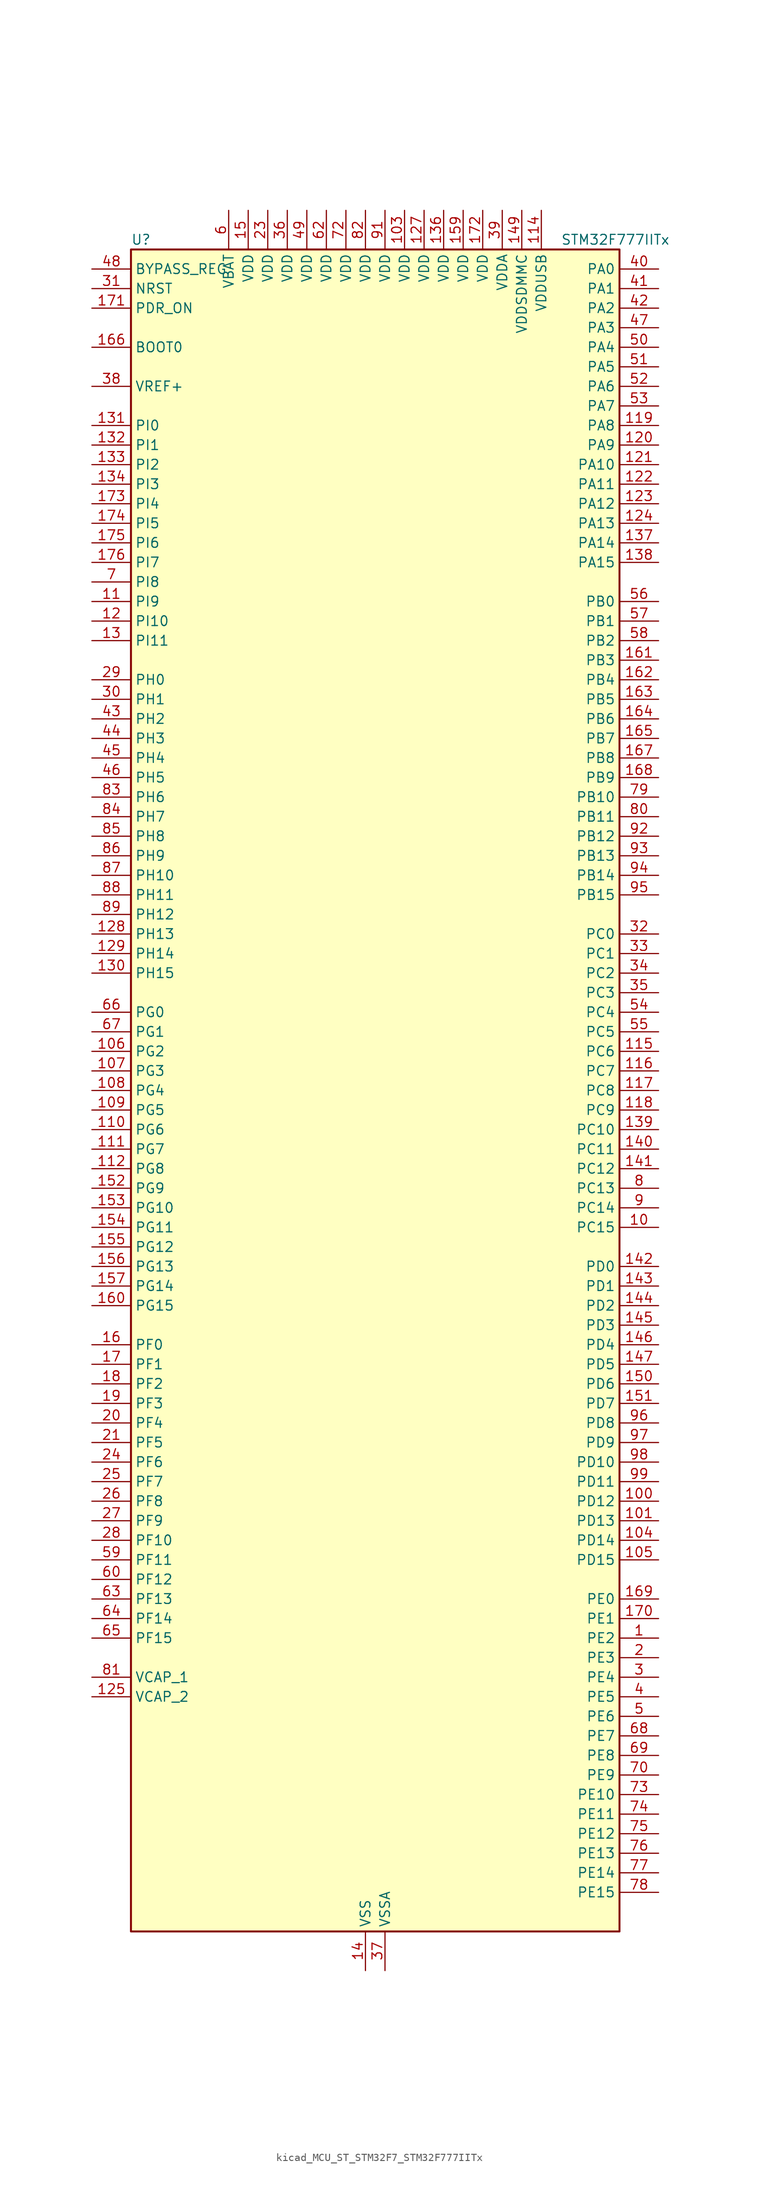
<source format=kicad_sym>
(kicad_symbol_lib
  (version 20220914)
  (generator kicad_symbol_editor)
  (symbol "kicad_MCU_ST_STM32F7_STM32F777IITx"
    (property "Reference" "U"
      (at -30.48 110.49 0)
      (effects (font (size 1.27 1.27)) (justify left)))
    (property "Value" "STM32F777IITx"
      (at 25.4 110.49 0)
      (effects (font (size 1.27 1.27)) (justify left)))
    (property "ki_locked" ""
      (at 0 0 0)
      (effects (font (size 1.27 1.27))))
    (symbol "kicad_MCU_ST_STM32F7_STM32F777IITx_0_1"
      (rectangle (start -30.48 -109.22) (end 33.02 109.22) (stroke (width 0.254) (type default)) (fill (type background))))
    (symbol "kicad_MCU_ST_STM32F7_STM32F777IITx_1_1"
      (pin bidirectional line (at 38.1 -71.12 180) (length 5.08) (name "PE2" (effects (font (size 1.27 1.27)))) (number "1" (effects (font (size 1.27 1.27)))) (alternate "ETH_TXD3" bidirectional line) (alternate "FMC_A23" bidirectional line) (alternate "QUADSPI_BK1_IO2" bidirectional line) (alternate "SAI1_MCLK_A" bidirectional line) (alternate "SPI4_SCK" bidirectional line) (alternate "SYS_TRACECLK" bidirectional line))
      (pin bidirectional line (at 38.1 -17.78 180) (length 5.08) (name "PC15" (effects (font (size 1.27 1.27)))) (number "10" (effects (font (size 1.27 1.27)))) (alternate "RCC_OSC32_OUT" bidirectional line))
      (pin bidirectional line (at 38.1 -53.34 180) (length 5.08) (name "PD12" (effects (font (size 1.27 1.27)))) (number "100" (effects (font (size 1.27 1.27)))) (alternate "FMC_A17" bidirectional line) (alternate "FMC_ALE" bidirectional line) (alternate "I2C4_SCL" bidirectional line) (alternate "LPTIM1_IN1" bidirectional line) (alternate "QUADSPI_BK1_IO1" bidirectional line) (alternate "SAI2_FS_A" bidirectional line) (alternate "TIM4_CH1" bidirectional line) (alternate "USART3_DE" bidirectional line) (alternate "USART3_RTS" bidirectional line))
      (pin bidirectional line (at 38.1 -55.88 180) (length 5.08) (name "PD13" (effects (font (size 1.27 1.27)))) (number "101" (effects (font (size 1.27 1.27)))) (alternate "FMC_A18" bidirectional line) (alternate "I2C4_SDA" bidirectional line) (alternate "LPTIM1_OUT" bidirectional line) (alternate "QUADSPI_BK1_IO3" bidirectional line) (alternate "SAI2_SCK_A" bidirectional line) (alternate "TIM4_CH2" bidirectional line))
      (pin passive line (at 0 -114.3 90) (length 5.08) hide (name "VSS" (effects (font (size 1.27 1.27)))) (number "102" (effects (font (size 1.27 1.27)))))
      (pin power_in line (at 5.08 114.3 270) (length 5.08) (name "VDD" (effects (font (size 1.27 1.27)))) (number "103" (effects (font (size 1.27 1.27)))))
      (pin bidirectional line (at 38.1 -58.42 180) (length 5.08) (name "PD14" (effects (font (size 1.27 1.27)))) (number "104" (effects (font (size 1.27 1.27)))) (alternate "FMC_D0" bidirectional line) (alternate "FMC_DA0" bidirectional line) (alternate "TIM4_CH3" bidirectional line) (alternate "UART8_CTS" bidirectional line))
      (pin bidirectional line (at 38.1 -60.96 180) (length 5.08) (name "PD15" (effects (font (size 1.27 1.27)))) (number "105" (effects (font (size 1.27 1.27)))) (alternate "FMC_D1" bidirectional line) (alternate "FMC_DA1" bidirectional line) (alternate "TIM4_CH4" bidirectional line) (alternate "UART8_DE" bidirectional line) (alternate "UART8_RTS" bidirectional line))
      (pin bidirectional line (at -35.56 5.08 0) (length 5.08) (name "PG2" (effects (font (size 1.27 1.27)))) (number "106" (effects (font (size 1.27 1.27)))) (alternate "FMC_A12" bidirectional line))
      (pin bidirectional line (at -35.56 2.54 0) (length 5.08) (name "PG3" (effects (font (size 1.27 1.27)))) (number "107" (effects (font (size 1.27 1.27)))) (alternate "FMC_A13" bidirectional line))
      (pin bidirectional line (at -35.56 0 0) (length 5.08) (name "PG4" (effects (font (size 1.27 1.27)))) (number "108" (effects (font (size 1.27 1.27)))) (alternate "FMC_A14" bidirectional line) (alternate "FMC_BA0" bidirectional line))
      (pin bidirectional line (at -35.56 -2.54 0) (length 5.08) (name "PG5" (effects (font (size 1.27 1.27)))) (number "109" (effects (font (size 1.27 1.27)))) (alternate "FMC_A15" bidirectional line) (alternate "FMC_BA1" bidirectional line))
      (pin bidirectional line (at -35.56 63.5 0) (length 5.08) (name "PI9" (effects (font (size 1.27 1.27)))) (number "11" (effects (font (size 1.27 1.27)))) (alternate "CAN1_RX" bidirectional line) (alternate "DAC_EXTI9" bidirectional line) (alternate "FMC_D30" bidirectional line) (alternate "LTDC_VSYNC" bidirectional line) (alternate "UART4_RX" bidirectional line))
      (pin bidirectional line (at -35.56 -5.08 0) (length 5.08) (name "PG6" (effects (font (size 1.27 1.27)))) (number "110" (effects (font (size 1.27 1.27)))) (alternate "DCMI_D12" bidirectional line) (alternate "FMC_NE3" bidirectional line) (alternate "LTDC_R7" bidirectional line))
      (pin bidirectional line (at -35.56 -7.62 0) (length 5.08) (name "PG7" (effects (font (size 1.27 1.27)))) (number "111" (effects (font (size 1.27 1.27)))) (alternate "DCMI_D13" bidirectional line) (alternate "FMC_INT" bidirectional line) (alternate "LTDC_CLK" bidirectional line) (alternate "SAI1_MCLK_A" bidirectional line) (alternate "USART6_CK" bidirectional line))
      (pin bidirectional line (at -35.56 -10.16 0) (length 5.08) (name "PG8" (effects (font (size 1.27 1.27)))) (number "112" (effects (font (size 1.27 1.27)))) (alternate "ETH_PPS_OUT" bidirectional line) (alternate "FMC_SDCLK" bidirectional line) (alternate "LTDC_G7" bidirectional line) (alternate "SPDIFRX_IN2" bidirectional line) (alternate "SPI6_NSS" bidirectional line) (alternate "USART6_DE" bidirectional line) (alternate "USART6_RTS" bidirectional line))
      (pin passive line (at 0 -114.3 90) (length 5.08) hide (name "VSS" (effects (font (size 1.27 1.27)))) (number "113" (effects (font (size 1.27 1.27)))))
      (pin power_in line (at 22.86 114.3 270) (length 5.08) (name "VDDUSB" (effects (font (size 1.27 1.27)))) (number "114" (effects (font (size 1.27 1.27)))))
      (pin bidirectional line (at 38.1 5.08 180) (length 5.08) (name "PC6" (effects (font (size 1.27 1.27)))) (number "115" (effects (font (size 1.27 1.27)))) (alternate "DCMI_D0" bidirectional line) (alternate "DFSDM1_CKIN3" bidirectional line) (alternate "FMC_NWAIT" bidirectional line) (alternate "I2S2_MCK" bidirectional line) (alternate "LTDC_HSYNC" bidirectional line) (alternate "SDMMC1_D6" bidirectional line) (alternate "SDMMC2_D6" bidirectional line) (alternate "TIM3_CH1" bidirectional line) (alternate "TIM8_CH1" bidirectional line) (alternate "USART6_TX" bidirectional line))
      (pin bidirectional line (at 38.1 2.54 180) (length 5.08) (name "PC7" (effects (font (size 1.27 1.27)))) (number "116" (effects (font (size 1.27 1.27)))) (alternate "DCMI_D1" bidirectional line) (alternate "DFSDM1_DATIN3" bidirectional line) (alternate "FMC_NE1" bidirectional line) (alternate "I2S3_MCK" bidirectional line) (alternate "LTDC_G6" bidirectional line) (alternate "SDMMC1_D7" bidirectional line) (alternate "SDMMC2_D7" bidirectional line) (alternate "TIM3_CH2" bidirectional line) (alternate "TIM8_CH2" bidirectional line) (alternate "USART6_RX" bidirectional line))
      (pin bidirectional line (at 38.1 0 180) (length 5.08) (name "PC8" (effects (font (size 1.27 1.27)))) (number "117" (effects (font (size 1.27 1.27)))) (alternate "DCMI_D2" bidirectional line) (alternate "FMC_NCE" bidirectional line) (alternate "FMC_NE2" bidirectional line) (alternate "SDMMC1_D0" bidirectional line) (alternate "SYS_TRACED1" bidirectional line) (alternate "TIM3_CH3" bidirectional line) (alternate "TIM8_CH3" bidirectional line) (alternate "UART5_DE" bidirectional line) (alternate "UART5_RTS" bidirectional line) (alternate "USART6_CK" bidirectional line))
      (pin bidirectional line (at 38.1 -2.54 180) (length 5.08) (name "PC9" (effects (font (size 1.27 1.27)))) (number "118" (effects (font (size 1.27 1.27)))) (alternate "DAC_EXTI9" bidirectional line) (alternate "DCMI_D3" bidirectional line) (alternate "I2C3_SDA" bidirectional line) (alternate "I2S_CKIN" bidirectional line) (alternate "LTDC_B2" bidirectional line) (alternate "LTDC_G3" bidirectional line) (alternate "QUADSPI_BK1_IO0" bidirectional line) (alternate "RCC_MCO_2" bidirectional line) (alternate "SDMMC1_D1" bidirectional line) (alternate "TIM3_CH4" bidirectional line) (alternate "TIM8_CH4" bidirectional line) (alternate "UART5_CTS" bidirectional line))
      (pin bidirectional line (at 38.1 86.36 180) (length 5.08) (name "PA8" (effects (font (size 1.27 1.27)))) (number "119" (effects (font (size 1.27 1.27)))) (alternate "CAN3_RX" bidirectional line) (alternate "I2C3_SCL" bidirectional line) (alternate "LTDC_B3" bidirectional line) (alternate "LTDC_R6" bidirectional line) (alternate "RCC_MCO_1" bidirectional line) (alternate "TIM1_CH1" bidirectional line) (alternate "TIM8_BKIN2" bidirectional line) (alternate "UART7_RX" bidirectional line) (alternate "USART1_CK" bidirectional line) (alternate "USB_OTG_FS_SOF" bidirectional line))
      (pin bidirectional line (at -35.56 60.96 0) (length 5.08) (name "PI10" (effects (font (size 1.27 1.27)))) (number "12" (effects (font (size 1.27 1.27)))) (alternate "ETH_RX_ER" bidirectional line) (alternate "FMC_D31" bidirectional line) (alternate "LTDC_HSYNC" bidirectional line))
      (pin bidirectional line (at 38.1 83.82 180) (length 5.08) (name "PA9" (effects (font (size 1.27 1.27)))) (number "120" (effects (font (size 1.27 1.27)))) (alternate "DAC_EXTI9" bidirectional line) (alternate "DCMI_D0" bidirectional line) (alternate "I2C3_SMBA" bidirectional line) (alternate "I2S2_CK" bidirectional line) (alternate "LTDC_R5" bidirectional line) (alternate "SPI2_SCK" bidirectional line) (alternate "TIM1_CH2" bidirectional line) (alternate "USART1_TX" bidirectional line) (alternate "USB_OTG_FS_VBUS" bidirectional line))
      (pin bidirectional line (at 38.1 81.28 180) (length 5.08) (name "PA10" (effects (font (size 1.27 1.27)))) (number "121" (effects (font (size 1.27 1.27)))) (alternate "DCMI_D1" bidirectional line) (alternate "LTDC_B1" bidirectional line) (alternate "LTDC_B4" bidirectional line) (alternate "MDIOS_MDIO" bidirectional line) (alternate "TIM1_CH3" bidirectional line) (alternate "USART1_RX" bidirectional line) (alternate "USB_OTG_FS_ID" bidirectional line))
      (pin bidirectional line (at 38.1 78.74 180) (length 5.08) (name "PA11" (effects (font (size 1.27 1.27)))) (number "122" (effects (font (size 1.27 1.27)))) (alternate "ADC1_EXTI11" bidirectional line) (alternate "ADC2_EXTI11" bidirectional line) (alternate "ADC3_EXTI11" bidirectional line) (alternate "CAN1_RX" bidirectional line) (alternate "I2S2_WS" bidirectional line) (alternate "LTDC_R4" bidirectional line) (alternate "SPI2_NSS" bidirectional line) (alternate "TIM1_CH4" bidirectional line) (alternate "UART4_RX" bidirectional line) (alternate "USART1_CTS" bidirectional line) (alternate "USB_OTG_FS_DM" bidirectional line))
      (pin bidirectional line (at 38.1 76.2 180) (length 5.08) (name "PA12" (effects (font (size 1.27 1.27)))) (number "123" (effects (font (size 1.27 1.27)))) (alternate "CAN1_TX" bidirectional line) (alternate "I2S2_CK" bidirectional line) (alternate "LTDC_R5" bidirectional line) (alternate "SAI2_FS_B" bidirectional line) (alternate "SPI2_SCK" bidirectional line) (alternate "TIM1_ETR" bidirectional line) (alternate "UART4_TX" bidirectional line) (alternate "USART1_DE" bidirectional line) (alternate "USART1_RTS" bidirectional line) (alternate "USB_OTG_FS_DP" bidirectional line))
      (pin bidirectional line (at 38.1 73.66 180) (length 5.08) (name "PA13" (effects (font (size 1.27 1.27)))) (number "124" (effects (font (size 1.27 1.27)))) (alternate "SYS_JTMS-SWDIO" bidirectional line))
      (pin power_out line (at -35.56 -78.74 0) (length 5.08) (name "VCAP_2" (effects (font (size 1.27 1.27)))) (number "125" (effects (font (size 1.27 1.27)))))
      (pin passive line (at 0 -114.3 90) (length 5.08) hide (name "VSS" (effects (font (size 1.27 1.27)))) (number "126" (effects (font (size 1.27 1.27)))))
      (pin power_in line (at 7.62 114.3 270) (length 5.08) (name "VDD" (effects (font (size 1.27 1.27)))) (number "127" (effects (font (size 1.27 1.27)))))
      (pin bidirectional line (at -35.56 20.32 0) (length 5.08) (name "PH13" (effects (font (size 1.27 1.27)))) (number "128" (effects (font (size 1.27 1.27)))) (alternate "CAN1_TX" bidirectional line) (alternate "FMC_D21" bidirectional line) (alternate "LTDC_G2" bidirectional line) (alternate "TIM8_CH1N" bidirectional line) (alternate "UART4_TX" bidirectional line))
      (pin bidirectional line (at -35.56 17.78 0) (length 5.08) (name "PH14" (effects (font (size 1.27 1.27)))) (number "129" (effects (font (size 1.27 1.27)))) (alternate "CAN1_RX" bidirectional line) (alternate "DCMI_D4" bidirectional line) (alternate "FMC_D22" bidirectional line) (alternate "LTDC_G3" bidirectional line) (alternate "TIM8_CH2N" bidirectional line) (alternate "UART4_RX" bidirectional line))
      (pin bidirectional line (at -35.56 58.42 0) (length 5.08) (name "PI11" (effects (font (size 1.27 1.27)))) (number "13" (effects (font (size 1.27 1.27)))) (alternate "ADC1_EXTI11" bidirectional line) (alternate "ADC2_EXTI11" bidirectional line) (alternate "ADC3_EXTI11" bidirectional line) (alternate "LTDC_G6" bidirectional line) (alternate "SYS_WKUP6" bidirectional line) (alternate "USB_OTG_HS_ULPI_DIR" bidirectional line))
      (pin bidirectional line (at -35.56 15.24 0) (length 5.08) (name "PH15" (effects (font (size 1.27 1.27)))) (number "130" (effects (font (size 1.27 1.27)))) (alternate "DCMI_D11" bidirectional line) (alternate "FMC_D23" bidirectional line) (alternate "LTDC_G4" bidirectional line) (alternate "TIM8_CH3N" bidirectional line))
      (pin bidirectional line (at -35.56 86.36 0) (length 5.08) (name "PI0" (effects (font (size 1.27 1.27)))) (number "131" (effects (font (size 1.27 1.27)))) (alternate "DCMI_D13" bidirectional line) (alternate "FMC_D24" bidirectional line) (alternate "I2S2_WS" bidirectional line) (alternate "LTDC_G5" bidirectional line) (alternate "SPI2_NSS" bidirectional line) (alternate "TIM5_CH4" bidirectional line))
      (pin bidirectional line (at -35.56 83.82 0) (length 5.08) (name "PI1" (effects (font (size 1.27 1.27)))) (number "132" (effects (font (size 1.27 1.27)))) (alternate "DCMI_D8" bidirectional line) (alternate "FMC_D25" bidirectional line) (alternate "I2S2_CK" bidirectional line) (alternate "LTDC_G6" bidirectional line) (alternate "SPI2_SCK" bidirectional line) (alternate "TIM8_BKIN2" bidirectional line))
      (pin bidirectional line (at -35.56 81.28 0) (length 5.08) (name "PI2" (effects (font (size 1.27 1.27)))) (number "133" (effects (font (size 1.27 1.27)))) (alternate "DCMI_D9" bidirectional line) (alternate "FMC_D26" bidirectional line) (alternate "LTDC_G7" bidirectional line) (alternate "SPI2_MISO" bidirectional line) (alternate "TIM8_CH4" bidirectional line))
      (pin bidirectional line (at -35.56 78.74 0) (length 5.08) (name "PI3" (effects (font (size 1.27 1.27)))) (number "134" (effects (font (size 1.27 1.27)))) (alternate "DCMI_D10" bidirectional line) (alternate "FMC_D27" bidirectional line) (alternate "I2S2_SD" bidirectional line) (alternate "SPI2_MOSI" bidirectional line) (alternate "TIM8_ETR" bidirectional line))
      (pin passive line (at 0 -114.3 90) (length 5.08) hide (name "VSS" (effects (font (size 1.27 1.27)))) (number "135" (effects (font (size 1.27 1.27)))))
      (pin power_in line (at 10.16 114.3 270) (length 5.08) (name "VDD" (effects (font (size 1.27 1.27)))) (number "136" (effects (font (size 1.27 1.27)))))
      (pin bidirectional line (at 38.1 71.12 180) (length 5.08) (name "PA14" (effects (font (size 1.27 1.27)))) (number "137" (effects (font (size 1.27 1.27)))) (alternate "SYS_JTCK-SWCLK" bidirectional line))
      (pin bidirectional line (at 38.1 68.58 180) (length 5.08) (name "PA15" (effects (font (size 1.27 1.27)))) (number "138" (effects (font (size 1.27 1.27)))) (alternate "CAN3_TX" bidirectional line) (alternate "CEC" bidirectional line) (alternate "I2S1_WS" bidirectional line) (alternate "I2S3_WS" bidirectional line) (alternate "SPI1_NSS" bidirectional line) (alternate "SPI3_NSS" bidirectional line) (alternate "SPI6_NSS" bidirectional line) (alternate "SYS_JTDI" bidirectional line) (alternate "TIM2_CH1" bidirectional line) (alternate "TIM2_ETR" bidirectional line) (alternate "UART4_DE" bidirectional line) (alternate "UART4_RTS" bidirectional line) (alternate "UART7_TX" bidirectional line))
      (pin bidirectional line (at 38.1 -5.08 180) (length 5.08) (name "PC10" (effects (font (size 1.27 1.27)))) (number "139" (effects (font (size 1.27 1.27)))) (alternate "DCMI_D8" bidirectional line) (alternate "DFSDM1_CKIN5" bidirectional line) (alternate "I2S3_CK" bidirectional line) (alternate "LTDC_R2" bidirectional line) (alternate "QUADSPI_BK1_IO1" bidirectional line) (alternate "SDMMC1_D2" bidirectional line) (alternate "SPI3_SCK" bidirectional line) (alternate "UART4_TX" bidirectional line) (alternate "USART3_TX" bidirectional line))
      (pin power_in line (at 0 -114.3 90) (length 5.08) (name "VSS" (effects (font (size 1.27 1.27)))) (number "14" (effects (font (size 1.27 1.27)))))
      (pin bidirectional line (at 38.1 -7.62 180) (length 5.08) (name "PC11" (effects (font (size 1.27 1.27)))) (number "140" (effects (font (size 1.27 1.27)))) (alternate "ADC1_EXTI11" bidirectional line) (alternate "ADC2_EXTI11" bidirectional line) (alternate "ADC3_EXTI11" bidirectional line) (alternate "DCMI_D4" bidirectional line) (alternate "DFSDM1_DATIN5" bidirectional line) (alternate "QUADSPI_BK2_NCS" bidirectional line) (alternate "SDMMC1_D3" bidirectional line) (alternate "SPI3_MISO" bidirectional line) (alternate "UART4_RX" bidirectional line) (alternate "USART3_RX" bidirectional line))
      (pin bidirectional line (at 38.1 -10.16 180) (length 5.08) (name "PC12" (effects (font (size 1.27 1.27)))) (number "141" (effects (font (size 1.27 1.27)))) (alternate "DCMI_D9" bidirectional line) (alternate "I2S3_SD" bidirectional line) (alternate "SDMMC1_CK" bidirectional line) (alternate "SPI3_MOSI" bidirectional line) (alternate "SYS_TRACED3" bidirectional line) (alternate "UART5_TX" bidirectional line) (alternate "USART3_CK" bidirectional line))
      (pin bidirectional line (at 38.1 -22.86 180) (length 5.08) (name "PD0" (effects (font (size 1.27 1.27)))) (number "142" (effects (font (size 1.27 1.27)))) (alternate "CAN1_RX" bidirectional line) (alternate "DFSDM1_CKIN6" bidirectional line) (alternate "DFSDM1_DATIN7" bidirectional line) (alternate "FMC_D2" bidirectional line) (alternate "FMC_DA2" bidirectional line) (alternate "UART4_RX" bidirectional line))
      (pin bidirectional line (at 38.1 -25.4 180) (length 5.08) (name "PD1" (effects (font (size 1.27 1.27)))) (number "143" (effects (font (size 1.27 1.27)))) (alternate "CAN1_TX" bidirectional line) (alternate "DFSDM1_CKIN7" bidirectional line) (alternate "DFSDM1_DATIN6" bidirectional line) (alternate "FMC_D3" bidirectional line) (alternate "FMC_DA3" bidirectional line) (alternate "UART4_TX" bidirectional line))
      (pin bidirectional line (at 38.1 -27.94 180) (length 5.08) (name "PD2" (effects (font (size 1.27 1.27)))) (number "144" (effects (font (size 1.27 1.27)))) (alternate "DCMI_D11" bidirectional line) (alternate "SDMMC1_CMD" bidirectional line) (alternate "SYS_TRACED2" bidirectional line) (alternate "TIM3_ETR" bidirectional line) (alternate "UART5_RX" bidirectional line))
      (pin bidirectional line (at 38.1 -30.48 180) (length 5.08) (name "PD3" (effects (font (size 1.27 1.27)))) (number "145" (effects (font (size 1.27 1.27)))) (alternate "DCMI_D5" bidirectional line) (alternate "DFSDM1_CKOUT" bidirectional line) (alternate "DFSDM1_DATIN0" bidirectional line) (alternate "FMC_CLK" bidirectional line) (alternate "I2S2_CK" bidirectional line) (alternate "LTDC_G7" bidirectional line) (alternate "SPI2_SCK" bidirectional line) (alternate "USART2_CTS" bidirectional line))
      (pin bidirectional line (at 38.1 -33.02 180) (length 5.08) (name "PD4" (effects (font (size 1.27 1.27)))) (number "146" (effects (font (size 1.27 1.27)))) (alternate "DFSDM1_CKIN0" bidirectional line) (alternate "FMC_NOE" bidirectional line) (alternate "USART2_DE" bidirectional line) (alternate "USART2_RTS" bidirectional line))
      (pin bidirectional line (at 38.1 -35.56 180) (length 5.08) (name "PD5" (effects (font (size 1.27 1.27)))) (number "147" (effects (font (size 1.27 1.27)))) (alternate "FMC_NWE" bidirectional line) (alternate "USART2_TX" bidirectional line))
      (pin passive line (at 0 -114.3 90) (length 5.08) hide (name "VSS" (effects (font (size 1.27 1.27)))) (number "148" (effects (font (size 1.27 1.27)))))
      (pin power_in line (at 20.32 114.3 270) (length 5.08) (name "VDDSDMMC" (effects (font (size 1.27 1.27)))) (number "149" (effects (font (size 1.27 1.27)))))
      (pin power_in line (at -15.24 114.3 270) (length 5.08) (name "VDD" (effects (font (size 1.27 1.27)))) (number "15" (effects (font (size 1.27 1.27)))))
      (pin bidirectional line (at 38.1 -38.1 180) (length 5.08) (name "PD6" (effects (font (size 1.27 1.27)))) (number "150" (effects (font (size 1.27 1.27)))) (alternate "DCMI_D10" bidirectional line) (alternate "DFSDM1_CKIN4" bidirectional line) (alternate "DFSDM1_DATIN1" bidirectional line) (alternate "FMC_NWAIT" bidirectional line) (alternate "I2S3_SD" bidirectional line) (alternate "LTDC_B2" bidirectional line) (alternate "SAI1_SD_A" bidirectional line) (alternate "SDMMC2_CK" bidirectional line) (alternate "SPI3_MOSI" bidirectional line) (alternate "USART2_RX" bidirectional line))
      (pin bidirectional line (at 38.1 -40.64 180) (length 5.08) (name "PD7" (effects (font (size 1.27 1.27)))) (number "151" (effects (font (size 1.27 1.27)))) (alternate "DFSDM1_CKIN1" bidirectional line) (alternate "DFSDM1_DATIN4" bidirectional line) (alternate "FMC_NE1" bidirectional line) (alternate "I2S1_SD" bidirectional line) (alternate "SDMMC2_CMD" bidirectional line) (alternate "SPDIFRX_IN0" bidirectional line) (alternate "SPI1_MOSI" bidirectional line) (alternate "USART2_CK" bidirectional line))
      (pin bidirectional line (at -35.56 -12.7 0) (length 5.08) (name "PG9" (effects (font (size 1.27 1.27)))) (number "152" (effects (font (size 1.27 1.27)))) (alternate "DAC_EXTI9" bidirectional line) (alternate "DCMI_VSYNC" bidirectional line) (alternate "FMC_NCE" bidirectional line) (alternate "FMC_NE2" bidirectional line) (alternate "QUADSPI_BK2_IO2" bidirectional line) (alternate "SAI2_FS_B" bidirectional line) (alternate "SDMMC2_D0" bidirectional line) (alternate "SPDIFRX_IN3" bidirectional line) (alternate "SPI1_MISO" bidirectional line) (alternate "USART6_RX" bidirectional line))
      (pin bidirectional line (at -35.56 -15.24 0) (length 5.08) (name "PG10" (effects (font (size 1.27 1.27)))) (number "153" (effects (font (size 1.27 1.27)))) (alternate "DCMI_D2" bidirectional line) (alternate "FMC_NE3" bidirectional line) (alternate "I2S1_WS" bidirectional line) (alternate "LTDC_B2" bidirectional line) (alternate "LTDC_G3" bidirectional line) (alternate "SAI2_SD_B" bidirectional line) (alternate "SDMMC2_D1" bidirectional line) (alternate "SPI1_NSS" bidirectional line))
      (pin bidirectional line (at -35.56 -17.78 0) (length 5.08) (name "PG11" (effects (font (size 1.27 1.27)))) (number "154" (effects (font (size 1.27 1.27)))) (alternate "ADC1_EXTI11" bidirectional line) (alternate "ADC2_EXTI11" bidirectional line) (alternate "ADC3_EXTI11" bidirectional line) (alternate "DCMI_D3" bidirectional line) (alternate "ETH_TX_EN" bidirectional line) (alternate "I2S1_CK" bidirectional line) (alternate "LTDC_B3" bidirectional line) (alternate "SDMMC2_D2" bidirectional line) (alternate "SPDIFRX_IN0" bidirectional line) (alternate "SPI1_SCK" bidirectional line))
      (pin bidirectional line (at -35.56 -20.32 0) (length 5.08) (name "PG12" (effects (font (size 1.27 1.27)))) (number "155" (effects (font (size 1.27 1.27)))) (alternate "FMC_NE4" bidirectional line) (alternate "LPTIM1_IN1" bidirectional line) (alternate "LTDC_B1" bidirectional line) (alternate "LTDC_B4" bidirectional line) (alternate "SDMMC2_D3" bidirectional line) (alternate "SPDIFRX_IN1" bidirectional line) (alternate "SPI6_MISO" bidirectional line) (alternate "USART6_DE" bidirectional line) (alternate "USART6_RTS" bidirectional line))
      (pin bidirectional line (at -35.56 -22.86 0) (length 5.08) (name "PG13" (effects (font (size 1.27 1.27)))) (number "156" (effects (font (size 1.27 1.27)))) (alternate "ETH_TXD0" bidirectional line) (alternate "FMC_A24" bidirectional line) (alternate "LPTIM1_OUT" bidirectional line) (alternate "LTDC_R0" bidirectional line) (alternate "SPI6_SCK" bidirectional line) (alternate "SYS_TRACED0" bidirectional line) (alternate "USART6_CTS" bidirectional line))
      (pin bidirectional line (at -35.56 -25.4 0) (length 5.08) (name "PG14" (effects (font (size 1.27 1.27)))) (number "157" (effects (font (size 1.27 1.27)))) (alternate "ETH_TXD1" bidirectional line) (alternate "FMC_A25" bidirectional line) (alternate "LPTIM1_ETR" bidirectional line) (alternate "LTDC_B0" bidirectional line) (alternate "QUADSPI_BK2_IO3" bidirectional line) (alternate "SPI6_MOSI" bidirectional line) (alternate "SYS_TRACED1" bidirectional line) (alternate "USART6_TX" bidirectional line))
      (pin passive line (at 0 -114.3 90) (length 5.08) hide (name "VSS" (effects (font (size 1.27 1.27)))) (number "158" (effects (font (size 1.27 1.27)))))
      (pin power_in line (at 12.7 114.3 270) (length 5.08) (name "VDD" (effects (font (size 1.27 1.27)))) (number "159" (effects (font (size 1.27 1.27)))))
      (pin bidirectional line (at -35.56 -33.02 0) (length 5.08) (name "PF0" (effects (font (size 1.27 1.27)))) (number "16" (effects (font (size 1.27 1.27)))) (alternate "FMC_A0" bidirectional line) (alternate "I2C2_SDA" bidirectional line))
      (pin bidirectional line (at -35.56 -27.94 0) (length 5.08) (name "PG15" (effects (font (size 1.27 1.27)))) (number "160" (effects (font (size 1.27 1.27)))) (alternate "DCMI_D13" bidirectional line) (alternate "FMC_SDNCAS" bidirectional line) (alternate "USART6_CTS" bidirectional line))
      (pin bidirectional line (at 38.1 55.88 180) (length 5.08) (name "PB3" (effects (font (size 1.27 1.27)))) (number "161" (effects (font (size 1.27 1.27)))) (alternate "CAN3_RX" bidirectional line) (alternate "I2S1_CK" bidirectional line) (alternate "I2S3_CK" bidirectional line) (alternate "SDMMC2_D2" bidirectional line) (alternate "SPI1_SCK" bidirectional line) (alternate "SPI3_SCK" bidirectional line) (alternate "SPI6_SCK" bidirectional line) (alternate "SYS_JTDO-SWO" bidirectional line) (alternate "TIM2_CH2" bidirectional line) (alternate "UART7_RX" bidirectional line))
      (pin bidirectional line (at 38.1 53.34 180) (length 5.08) (name "PB4" (effects (font (size 1.27 1.27)))) (number "162" (effects (font (size 1.27 1.27)))) (alternate "CAN3_TX" bidirectional line) (alternate "I2S2_WS" bidirectional line) (alternate "SDMMC2_D3" bidirectional line) (alternate "SPI1_MISO" bidirectional line) (alternate "SPI2_NSS" bidirectional line) (alternate "SPI3_MISO" bidirectional line) (alternate "SPI6_MISO" bidirectional line) (alternate "SYS_JTRST" bidirectional line) (alternate "TIM3_CH1" bidirectional line) (alternate "UART7_TX" bidirectional line))
      (pin bidirectional line (at 38.1 50.8 180) (length 5.08) (name "PB5" (effects (font (size 1.27 1.27)))) (number "163" (effects (font (size 1.27 1.27)))) (alternate "CAN2_RX" bidirectional line) (alternate "DCMI_D10" bidirectional line) (alternate "ETH_PPS_OUT" bidirectional line) (alternate "FMC_SDCKE1" bidirectional line) (alternate "I2C1_SMBA" bidirectional line) (alternate "I2S1_SD" bidirectional line) (alternate "I2S3_SD" bidirectional line) (alternate "LTDC_G7" bidirectional line) (alternate "SPI1_MOSI" bidirectional line) (alternate "SPI3_MOSI" bidirectional line) (alternate "SPI6_MOSI" bidirectional line) (alternate "TIM3_CH2" bidirectional line) (alternate "UART5_RX" bidirectional line) (alternate "USB_OTG_HS_ULPI_D7" bidirectional line))
      (pin bidirectional line (at 38.1 48.26 180) (length 5.08) (name "PB6" (effects (font (size 1.27 1.27)))) (number "164" (effects (font (size 1.27 1.27)))) (alternate "CAN2_TX" bidirectional line) (alternate "CEC" bidirectional line) (alternate "DCMI_D5" bidirectional line) (alternate "DFSDM1_DATIN5" bidirectional line) (alternate "FMC_SDNE1" bidirectional line) (alternate "I2C1_SCL" bidirectional line) (alternate "I2C4_SCL" bidirectional line) (alternate "QUADSPI_BK1_NCS" bidirectional line) (alternate "TIM4_CH1" bidirectional line) (alternate "UART5_TX" bidirectional line) (alternate "USART1_TX" bidirectional line))
      (pin bidirectional line (at 38.1 45.72 180) (length 5.08) (name "PB7" (effects (font (size 1.27 1.27)))) (number "165" (effects (font (size 1.27 1.27)))) (alternate "DCMI_VSYNC" bidirectional line) (alternate "DFSDM1_CKIN5" bidirectional line) (alternate "FMC_NL" bidirectional line) (alternate "I2C1_SDA" bidirectional line) (alternate "I2C4_SDA" bidirectional line) (alternate "TIM4_CH2" bidirectional line) (alternate "USART1_RX" bidirectional line))
      (pin input line (at -35.56 96.52 0) (length 5.08) (name "BOOT0" (effects (font (size 1.27 1.27)))) (number "166" (effects (font (size 1.27 1.27)))))
      (pin bidirectional line (at 38.1 43.18 180) (length 5.08) (name "PB8" (effects (font (size 1.27 1.27)))) (number "167" (effects (font (size 1.27 1.27)))) (alternate "CAN1_RX" bidirectional line) (alternate "DCMI_D6" bidirectional line) (alternate "DFSDM1_CKIN7" bidirectional line) (alternate "ETH_TXD3" bidirectional line) (alternate "I2C1_SCL" bidirectional line) (alternate "I2C4_SCL" bidirectional line) (alternate "LTDC_B6" bidirectional line) (alternate "SDMMC1_D4" bidirectional line) (alternate "SDMMC2_D4" bidirectional line) (alternate "TIM10_CH1" bidirectional line) (alternate "TIM4_CH3" bidirectional line) (alternate "UART5_RX" bidirectional line))
      (pin bidirectional line (at 38.1 40.64 180) (length 5.08) (name "PB9" (effects (font (size 1.27 1.27)))) (number "168" (effects (font (size 1.27 1.27)))) (alternate "CAN1_TX" bidirectional line) (alternate "DAC_EXTI9" bidirectional line) (alternate "DCMI_D7" bidirectional line) (alternate "DFSDM1_DATIN7" bidirectional line) (alternate "I2C1_SDA" bidirectional line) (alternate "I2C4_SDA" bidirectional line) (alternate "I2C4_SMBA" bidirectional line) (alternate "I2S2_WS" bidirectional line) (alternate "LTDC_B7" bidirectional line) (alternate "SDMMC1_D5" bidirectional line) (alternate "SDMMC2_D5" bidirectional line) (alternate "SPI2_NSS" bidirectional line) (alternate "TIM11_CH1" bidirectional line) (alternate "TIM4_CH4" bidirectional line) (alternate "UART5_TX" bidirectional line))
      (pin bidirectional line (at 38.1 -66.04 180) (length 5.08) (name "PE0" (effects (font (size 1.27 1.27)))) (number "169" (effects (font (size 1.27 1.27)))) (alternate "DCMI_D2" bidirectional line) (alternate "FMC_NBL0" bidirectional line) (alternate "LPTIM1_ETR" bidirectional line) (alternate "SAI2_MCLK_A" bidirectional line) (alternate "TIM4_ETR" bidirectional line) (alternate "UART8_RX" bidirectional line))
      (pin bidirectional line (at -35.56 -35.56 0) (length 5.08) (name "PF1" (effects (font (size 1.27 1.27)))) (number "17" (effects (font (size 1.27 1.27)))) (alternate "FMC_A1" bidirectional line) (alternate "I2C2_SCL" bidirectional line))
      (pin bidirectional line (at 38.1 -68.58 180) (length 5.08) (name "PE1" (effects (font (size 1.27 1.27)))) (number "170" (effects (font (size 1.27 1.27)))) (alternate "DCMI_D3" bidirectional line) (alternate "FMC_NBL1" bidirectional line) (alternate "LPTIM1_IN2" bidirectional line) (alternate "UART8_TX" bidirectional line))
      (pin input line (at -35.56 101.6 0) (length 5.08) (name "PDR_ON" (effects (font (size 1.27 1.27)))) (number "171" (effects (font (size 1.27 1.27)))))
      (pin power_in line (at 15.24 114.3 270) (length 5.08) (name "VDD" (effects (font (size 1.27 1.27)))) (number "172" (effects (font (size 1.27 1.27)))))
      (pin bidirectional line (at -35.56 76.2 0) (length 5.08) (name "PI4" (effects (font (size 1.27 1.27)))) (number "173" (effects (font (size 1.27 1.27)))) (alternate "DCMI_D5" bidirectional line) (alternate "FMC_NBL2" bidirectional line) (alternate "LTDC_B4" bidirectional line) (alternate "SAI2_MCLK_A" bidirectional line) (alternate "TIM8_BKIN" bidirectional line))
      (pin bidirectional line (at -35.56 73.66 0) (length 5.08) (name "PI5" (effects (font (size 1.27 1.27)))) (number "174" (effects (font (size 1.27 1.27)))) (alternate "DCMI_VSYNC" bidirectional line) (alternate "FMC_NBL3" bidirectional line) (alternate "LTDC_B5" bidirectional line) (alternate "SAI2_SCK_A" bidirectional line) (alternate "TIM8_CH1" bidirectional line))
      (pin bidirectional line (at -35.56 71.12 0) (length 5.08) (name "PI6" (effects (font (size 1.27 1.27)))) (number "175" (effects (font (size 1.27 1.27)))) (alternate "DCMI_D6" bidirectional line) (alternate "FMC_D28" bidirectional line) (alternate "LTDC_B6" bidirectional line) (alternate "SAI2_SD_A" bidirectional line) (alternate "TIM8_CH2" bidirectional line))
      (pin bidirectional line (at -35.56 68.58 0) (length 5.08) (name "PI7" (effects (font (size 1.27 1.27)))) (number "176" (effects (font (size 1.27 1.27)))) (alternate "DCMI_D7" bidirectional line) (alternate "FMC_D29" bidirectional line) (alternate "LTDC_B7" bidirectional line) (alternate "SAI2_FS_A" bidirectional line) (alternate "TIM8_CH3" bidirectional line))
      (pin bidirectional line (at -35.56 -38.1 0) (length 5.08) (name "PF2" (effects (font (size 1.27 1.27)))) (number "18" (effects (font (size 1.27 1.27)))) (alternate "FMC_A2" bidirectional line) (alternate "I2C2_SMBA" bidirectional line))
      (pin bidirectional line (at -35.56 -40.64 0) (length 5.08) (name "PF3" (effects (font (size 1.27 1.27)))) (number "19" (effects (font (size 1.27 1.27)))) (alternate "ADC3_IN9" bidirectional line) (alternate "FMC_A3" bidirectional line))
      (pin bidirectional line (at 38.1 -73.66 180) (length 5.08) (name "PE3" (effects (font (size 1.27 1.27)))) (number "2" (effects (font (size 1.27 1.27)))) (alternate "FMC_A19" bidirectional line) (alternate "SAI1_SD_B" bidirectional line) (alternate "SYS_TRACED0" bidirectional line))
      (pin bidirectional line (at -35.56 -43.18 0) (length 5.08) (name "PF4" (effects (font (size 1.27 1.27)))) (number "20" (effects (font (size 1.27 1.27)))) (alternate "ADC3_IN14" bidirectional line) (alternate "FMC_A4" bidirectional line))
      (pin bidirectional line (at -35.56 -45.72 0) (length 5.08) (name "PF5" (effects (font (size 1.27 1.27)))) (number "21" (effects (font (size 1.27 1.27)))) (alternate "ADC3_IN15" bidirectional line) (alternate "FMC_A5" bidirectional line))
      (pin passive line (at 0 -114.3 90) (length 5.08) hide (name "VSS" (effects (font (size 1.27 1.27)))) (number "22" (effects (font (size 1.27 1.27)))))
      (pin power_in line (at -12.7 114.3 270) (length 5.08) (name "VDD" (effects (font (size 1.27 1.27)))) (number "23" (effects (font (size 1.27 1.27)))))
      (pin bidirectional line (at -35.56 -48.26 0) (length 5.08) (name "PF6" (effects (font (size 1.27 1.27)))) (number "24" (effects (font (size 1.27 1.27)))) (alternate "ADC3_IN4" bidirectional line) (alternate "QUADSPI_BK1_IO3" bidirectional line) (alternate "SAI1_SD_B" bidirectional line) (alternate "SPI5_NSS" bidirectional line) (alternate "TIM10_CH1" bidirectional line) (alternate "UART7_RX" bidirectional line))
      (pin bidirectional line (at -35.56 -50.8 0) (length 5.08) (name "PF7" (effects (font (size 1.27 1.27)))) (number "25" (effects (font (size 1.27 1.27)))) (alternate "ADC3_IN5" bidirectional line) (alternate "QUADSPI_BK1_IO2" bidirectional line) (alternate "SAI1_MCLK_B" bidirectional line) (alternate "SPI5_SCK" bidirectional line) (alternate "TIM11_CH1" bidirectional line) (alternate "UART7_TX" bidirectional line))
      (pin bidirectional line (at -35.56 -53.34 0) (length 5.08) (name "PF8" (effects (font (size 1.27 1.27)))) (number "26" (effects (font (size 1.27 1.27)))) (alternate "ADC3_IN6" bidirectional line) (alternate "QUADSPI_BK1_IO0" bidirectional line) (alternate "SAI1_SCK_B" bidirectional line) (alternate "SPI5_MISO" bidirectional line) (alternate "TIM13_CH1" bidirectional line) (alternate "UART7_DE" bidirectional line) (alternate "UART7_RTS" bidirectional line))
      (pin bidirectional line (at -35.56 -55.88 0) (length 5.08) (name "PF9" (effects (font (size 1.27 1.27)))) (number "27" (effects (font (size 1.27 1.27)))) (alternate "ADC3_IN7" bidirectional line) (alternate "DAC_EXTI9" bidirectional line) (alternate "QUADSPI_BK1_IO1" bidirectional line) (alternate "SAI1_FS_B" bidirectional line) (alternate "SPI5_MOSI" bidirectional line) (alternate "TIM14_CH1" bidirectional line) (alternate "UART7_CTS" bidirectional line))
      (pin bidirectional line (at -35.56 -58.42 0) (length 5.08) (name "PF10" (effects (font (size 1.27 1.27)))) (number "28" (effects (font (size 1.27 1.27)))) (alternate "ADC3_IN8" bidirectional line) (alternate "DCMI_D11" bidirectional line) (alternate "LTDC_DE" bidirectional line) (alternate "QUADSPI_CLK" bidirectional line))
      (pin bidirectional line (at -35.56 53.34 0) (length 5.08) (name "PH0" (effects (font (size 1.27 1.27)))) (number "29" (effects (font (size 1.27 1.27)))) (alternate "RCC_OSC_IN" bidirectional line))
      (pin bidirectional line (at 38.1 -76.2 180) (length 5.08) (name "PE4" (effects (font (size 1.27 1.27)))) (number "3" (effects (font (size 1.27 1.27)))) (alternate "DCMI_D4" bidirectional line) (alternate "DFSDM1_DATIN3" bidirectional line) (alternate "FMC_A20" bidirectional line) (alternate "LTDC_B0" bidirectional line) (alternate "SAI1_FS_A" bidirectional line) (alternate "SPI4_NSS" bidirectional line) (alternate "SYS_TRACED1" bidirectional line))
      (pin bidirectional line (at -35.56 50.8 0) (length 5.08) (name "PH1" (effects (font (size 1.27 1.27)))) (number "30" (effects (font (size 1.27 1.27)))) (alternate "RCC_OSC_OUT" bidirectional line))
      (pin input line (at -35.56 104.14 0) (length 5.08) (name "NRST" (effects (font (size 1.27 1.27)))) (number "31" (effects (font (size 1.27 1.27)))))
      (pin bidirectional line (at 38.1 20.32 180) (length 5.08) (name "PC0" (effects (font (size 1.27 1.27)))) (number "32" (effects (font (size 1.27 1.27)))) (alternate "ADC1_IN10" bidirectional line) (alternate "ADC2_IN10" bidirectional line) (alternate "ADC3_IN10" bidirectional line) (alternate "DFSDM1_CKIN0" bidirectional line) (alternate "DFSDM1_DATIN4" bidirectional line) (alternate "FMC_SDNWE" bidirectional line) (alternate "LTDC_R5" bidirectional line) (alternate "SAI2_FS_B" bidirectional line) (alternate "USB_OTG_HS_ULPI_STP" bidirectional line))
      (pin bidirectional line (at 38.1 17.78 180) (length 5.08) (name "PC1" (effects (font (size 1.27 1.27)))) (number "33" (effects (font (size 1.27 1.27)))) (alternate "ADC1_IN11" bidirectional line) (alternate "ADC2_IN11" bidirectional line) (alternate "ADC3_IN11" bidirectional line) (alternate "DFSDM1_CKIN4" bidirectional line) (alternate "DFSDM1_DATIN0" bidirectional line) (alternate "ETH_MDC" bidirectional line) (alternate "I2S2_SD" bidirectional line) (alternate "MDIOS_MDC" bidirectional line) (alternate "RTC_TAMP3" bidirectional line) (alternate "RTC_TS" bidirectional line) (alternate "SAI1_SD_A" bidirectional line) (alternate "SPI2_MOSI" bidirectional line) (alternate "SYS_TRACED0" bidirectional line) (alternate "SYS_WKUP3" bidirectional line))
      (pin bidirectional line (at 38.1 15.24 180) (length 5.08) (name "PC2" (effects (font (size 1.27 1.27)))) (number "34" (effects (font (size 1.27 1.27)))) (alternate "ADC1_IN12" bidirectional line) (alternate "ADC2_IN12" bidirectional line) (alternate "ADC3_IN12" bidirectional line) (alternate "DFSDM1_CKIN1" bidirectional line) (alternate "DFSDM1_CKOUT" bidirectional line) (alternate "ETH_TXD2" bidirectional line) (alternate "FMC_SDNE0" bidirectional line) (alternate "SPI2_MISO" bidirectional line) (alternate "USB_OTG_HS_ULPI_DIR" bidirectional line))
      (pin bidirectional line (at 38.1 12.7 180) (length 5.08) (name "PC3" (effects (font (size 1.27 1.27)))) (number "35" (effects (font (size 1.27 1.27)))) (alternate "ADC1_IN13" bidirectional line) (alternate "ADC2_IN13" bidirectional line) (alternate "ADC3_IN13" bidirectional line) (alternate "DFSDM1_DATIN1" bidirectional line) (alternate "ETH_TX_CLK" bidirectional line) (alternate "FMC_SDCKE0" bidirectional line) (alternate "I2S2_SD" bidirectional line) (alternate "SPI2_MOSI" bidirectional line) (alternate "USB_OTG_HS_ULPI_NXT" bidirectional line))
      (pin power_in line (at -10.16 114.3 270) (length 5.08) (name "VDD" (effects (font (size 1.27 1.27)))) (number "36" (effects (font (size 1.27 1.27)))))
      (pin power_in line (at 2.54 -114.3 90) (length 5.08) (name "VSSA" (effects (font (size 1.27 1.27)))) (number "37" (effects (font (size 1.27 1.27)))))
      (pin input line (at -35.56 91.44 0) (length 5.08) (name "VREF+" (effects (font (size 1.27 1.27)))) (number "38" (effects (font (size 1.27 1.27)))))
      (pin power_in line (at 17.78 114.3 270) (length 5.08) (name "VDDA" (effects (font (size 1.27 1.27)))) (number "39" (effects (font (size 1.27 1.27)))))
      (pin bidirectional line (at 38.1 -78.74 180) (length 5.08) (name "PE5" (effects (font (size 1.27 1.27)))) (number "4" (effects (font (size 1.27 1.27)))) (alternate "DCMI_D6" bidirectional line) (alternate "DFSDM1_CKIN3" bidirectional line) (alternate "FMC_A21" bidirectional line) (alternate "LTDC_G0" bidirectional line) (alternate "SAI1_SCK_A" bidirectional line) (alternate "SPI4_MISO" bidirectional line) (alternate "SYS_TRACED2" bidirectional line) (alternate "TIM9_CH1" bidirectional line))
      (pin bidirectional line (at 38.1 106.68 180) (length 5.08) (name "PA0" (effects (font (size 1.27 1.27)))) (number "40" (effects (font (size 1.27 1.27)))) (alternate "ADC1_IN0" bidirectional line) (alternate "ADC2_IN0" bidirectional line) (alternate "ADC3_IN0" bidirectional line) (alternate "ETH_CRS" bidirectional line) (alternate "SAI2_SD_B" bidirectional line) (alternate "SYS_WKUP1" bidirectional line) (alternate "TIM2_CH1" bidirectional line) (alternate "TIM2_ETR" bidirectional line) (alternate "TIM5_CH1" bidirectional line) (alternate "TIM8_ETR" bidirectional line) (alternate "UART4_TX" bidirectional line) (alternate "USART2_CTS" bidirectional line))
      (pin bidirectional line (at 38.1 104.14 180) (length 5.08) (name "PA1" (effects (font (size 1.27 1.27)))) (number "41" (effects (font (size 1.27 1.27)))) (alternate "ADC1_IN1" bidirectional line) (alternate "ADC2_IN1" bidirectional line) (alternate "ADC3_IN1" bidirectional line) (alternate "ETH_REF_CLK" bidirectional line) (alternate "ETH_RX_CLK" bidirectional line) (alternate "LTDC_R2" bidirectional line) (alternate "QUADSPI_BK1_IO3" bidirectional line) (alternate "SAI2_MCLK_B" bidirectional line) (alternate "TIM2_CH2" bidirectional line) (alternate "TIM5_CH2" bidirectional line) (alternate "UART4_RX" bidirectional line) (alternate "USART2_DE" bidirectional line) (alternate "USART2_RTS" bidirectional line))
      (pin bidirectional line (at 38.1 101.6 180) (length 5.08) (name "PA2" (effects (font (size 1.27 1.27)))) (number "42" (effects (font (size 1.27 1.27)))) (alternate "ADC1_IN2" bidirectional line) (alternate "ADC2_IN2" bidirectional line) (alternate "ADC3_IN2" bidirectional line) (alternate "ETH_MDIO" bidirectional line) (alternate "LTDC_R1" bidirectional line) (alternate "MDIOS_MDIO" bidirectional line) (alternate "SAI2_SCK_B" bidirectional line) (alternate "SYS_WKUP2" bidirectional line) (alternate "TIM2_CH3" bidirectional line) (alternate "TIM5_CH3" bidirectional line) (alternate "TIM9_CH1" bidirectional line) (alternate "USART2_TX" bidirectional line))
      (pin bidirectional line (at -35.56 48.26 0) (length 5.08) (name "PH2" (effects (font (size 1.27 1.27)))) (number "43" (effects (font (size 1.27 1.27)))) (alternate "ETH_CRS" bidirectional line) (alternate "FMC_SDCKE0" bidirectional line) (alternate "LPTIM1_IN2" bidirectional line) (alternate "LTDC_R0" bidirectional line) (alternate "QUADSPI_BK2_IO0" bidirectional line) (alternate "SAI2_SCK_B" bidirectional line))
      (pin bidirectional line (at -35.56 45.72 0) (length 5.08) (name "PH3" (effects (font (size 1.27 1.27)))) (number "44" (effects (font (size 1.27 1.27)))) (alternate "ETH_COL" bidirectional line) (alternate "FMC_SDNE0" bidirectional line) (alternate "LTDC_R1" bidirectional line) (alternate "QUADSPI_BK2_IO1" bidirectional line) (alternate "SAI2_MCLK_B" bidirectional line))
      (pin bidirectional line (at -35.56 43.18 0) (length 5.08) (name "PH4" (effects (font (size 1.27 1.27)))) (number "45" (effects (font (size 1.27 1.27)))) (alternate "I2C2_SCL" bidirectional line) (alternate "LTDC_G4" bidirectional line) (alternate "LTDC_G5" bidirectional line) (alternate "USB_OTG_HS_ULPI_NXT" bidirectional line))
      (pin bidirectional line (at -35.56 40.64 0) (length 5.08) (name "PH5" (effects (font (size 1.27 1.27)))) (number "46" (effects (font (size 1.27 1.27)))) (alternate "FMC_SDNWE" bidirectional line) (alternate "I2C2_SDA" bidirectional line) (alternate "SPI5_NSS" bidirectional line))
      (pin bidirectional line (at 38.1 99.06 180) (length 5.08) (name "PA3" (effects (font (size 1.27 1.27)))) (number "47" (effects (font (size 1.27 1.27)))) (alternate "ADC1_IN3" bidirectional line) (alternate "ADC2_IN3" bidirectional line) (alternate "ADC3_IN3" bidirectional line) (alternate "ETH_COL" bidirectional line) (alternate "LTDC_B2" bidirectional line) (alternate "LTDC_B5" bidirectional line) (alternate "TIM2_CH4" bidirectional line) (alternate "TIM5_CH4" bidirectional line) (alternate "TIM9_CH2" bidirectional line) (alternate "USART2_RX" bidirectional line) (alternate "USB_OTG_HS_ULPI_D0" bidirectional line))
      (pin input line (at -35.56 106.68 0) (length 5.08) (name "BYPASS_REG" (effects (font (size 1.27 1.27)))) (number "48" (effects (font (size 1.27 1.27)))))
      (pin power_in line (at -7.62 114.3 270) (length 5.08) (name "VDD" (effects (font (size 1.27 1.27)))) (number "49" (effects (font (size 1.27 1.27)))))
      (pin bidirectional line (at 38.1 -81.28 180) (length 5.08) (name "PE6" (effects (font (size 1.27 1.27)))) (number "5" (effects (font (size 1.27 1.27)))) (alternate "DCMI_D7" bidirectional line) (alternate "FMC_A22" bidirectional line) (alternate "LTDC_G1" bidirectional line) (alternate "SAI1_SD_A" bidirectional line) (alternate "SAI2_MCLK_B" bidirectional line) (alternate "SPI4_MOSI" bidirectional line) (alternate "SYS_TRACED3" bidirectional line) (alternate "TIM1_BKIN2" bidirectional line) (alternate "TIM9_CH2" bidirectional line))
      (pin bidirectional line (at 38.1 96.52 180) (length 5.08) (name "PA4" (effects (font (size 1.27 1.27)))) (number "50" (effects (font (size 1.27 1.27)))) (alternate "ADC1_IN4" bidirectional line) (alternate "ADC2_IN4" bidirectional line) (alternate "DAC_OUT1" bidirectional line) (alternate "DCMI_HSYNC" bidirectional line) (alternate "I2S1_WS" bidirectional line) (alternate "I2S3_WS" bidirectional line) (alternate "LTDC_VSYNC" bidirectional line) (alternate "SPI1_NSS" bidirectional line) (alternate "SPI3_NSS" bidirectional line) (alternate "SPI6_NSS" bidirectional line) (alternate "USART2_CK" bidirectional line) (alternate "USB_OTG_HS_SOF" bidirectional line))
      (pin bidirectional line (at 38.1 93.98 180) (length 5.08) (name "PA5" (effects (font (size 1.27 1.27)))) (number "51" (effects (font (size 1.27 1.27)))) (alternate "ADC1_IN5" bidirectional line) (alternate "ADC2_IN5" bidirectional line) (alternate "DAC_OUT2" bidirectional line) (alternate "I2S1_CK" bidirectional line) (alternate "LTDC_R4" bidirectional line) (alternate "SPI1_SCK" bidirectional line) (alternate "SPI6_SCK" bidirectional line) (alternate "TIM2_CH1" bidirectional line) (alternate "TIM2_ETR" bidirectional line) (alternate "TIM8_CH1N" bidirectional line) (alternate "USB_OTG_HS_ULPI_CK" bidirectional line))
      (pin bidirectional line (at 38.1 91.44 180) (length 5.08) (name "PA6" (effects (font (size 1.27 1.27)))) (number "52" (effects (font (size 1.27 1.27)))) (alternate "ADC1_IN6" bidirectional line) (alternate "ADC2_IN6" bidirectional line) (alternate "DCMI_PIXCLK" bidirectional line) (alternate "LTDC_G2" bidirectional line) (alternate "MDIOS_MDC" bidirectional line) (alternate "SPI1_MISO" bidirectional line) (alternate "SPI6_MISO" bidirectional line) (alternate "TIM13_CH1" bidirectional line) (alternate "TIM1_BKIN" bidirectional line) (alternate "TIM3_CH1" bidirectional line) (alternate "TIM8_BKIN" bidirectional line))
      (pin bidirectional line (at 38.1 88.9 180) (length 5.08) (name "PA7" (effects (font (size 1.27 1.27)))) (number "53" (effects (font (size 1.27 1.27)))) (alternate "ADC1_IN7" bidirectional line) (alternate "ADC2_IN7" bidirectional line) (alternate "ETH_CRS_DV" bidirectional line) (alternate "ETH_RX_DV" bidirectional line) (alternate "FMC_SDNWE" bidirectional line) (alternate "I2S1_SD" bidirectional line) (alternate "SPI1_MOSI" bidirectional line) (alternate "SPI6_MOSI" bidirectional line) (alternate "TIM14_CH1" bidirectional line) (alternate "TIM1_CH1N" bidirectional line) (alternate "TIM3_CH2" bidirectional line) (alternate "TIM8_CH1N" bidirectional line))
      (pin bidirectional line (at 38.1 10.16 180) (length 5.08) (name "PC4" (effects (font (size 1.27 1.27)))) (number "54" (effects (font (size 1.27 1.27)))) (alternate "ADC1_IN14" bidirectional line) (alternate "ADC2_IN14" bidirectional line) (alternate "DFSDM1_CKIN2" bidirectional line) (alternate "ETH_RXD0" bidirectional line) (alternate "FMC_SDNE0" bidirectional line) (alternate "I2S1_MCK" bidirectional line) (alternate "SPDIFRX_IN2" bidirectional line))
      (pin bidirectional line (at 38.1 7.62 180) (length 5.08) (name "PC5" (effects (font (size 1.27 1.27)))) (number "55" (effects (font (size 1.27 1.27)))) (alternate "ADC1_IN15" bidirectional line) (alternate "ADC2_IN15" bidirectional line) (alternate "DFSDM1_DATIN2" bidirectional line) (alternate "ETH_RXD1" bidirectional line) (alternate "FMC_SDCKE0" bidirectional line) (alternate "SPDIFRX_IN3" bidirectional line))
      (pin bidirectional line (at 38.1 63.5 180) (length 5.08) (name "PB0" (effects (font (size 1.27 1.27)))) (number "56" (effects (font (size 1.27 1.27)))) (alternate "ADC1_IN8" bidirectional line) (alternate "ADC2_IN8" bidirectional line) (alternate "DFSDM1_CKOUT" bidirectional line) (alternate "ETH_RXD2" bidirectional line) (alternate "LTDC_G1" bidirectional line) (alternate "LTDC_R3" bidirectional line) (alternate "TIM1_CH2N" bidirectional line) (alternate "TIM3_CH3" bidirectional line) (alternate "TIM8_CH2N" bidirectional line) (alternate "UART4_CTS" bidirectional line) (alternate "USB_OTG_HS_ULPI_D1" bidirectional line))
      (pin bidirectional line (at 38.1 60.96 180) (length 5.08) (name "PB1" (effects (font (size 1.27 1.27)))) (number "57" (effects (font (size 1.27 1.27)))) (alternate "ADC1_IN9" bidirectional line) (alternate "ADC2_IN9" bidirectional line) (alternate "DFSDM1_DATIN1" bidirectional line) (alternate "ETH_RXD3" bidirectional line) (alternate "LTDC_G0" bidirectional line) (alternate "LTDC_R6" bidirectional line) (alternate "TIM1_CH3N" bidirectional line) (alternate "TIM3_CH4" bidirectional line) (alternate "TIM8_CH3N" bidirectional line) (alternate "USB_OTG_HS_ULPI_D2" bidirectional line))
      (pin bidirectional line (at 38.1 58.42 180) (length 5.08) (name "PB2" (effects (font (size 1.27 1.27)))) (number "58" (effects (font (size 1.27 1.27)))) (alternate "DFSDM1_CKIN1" bidirectional line) (alternate "I2S3_SD" bidirectional line) (alternate "QUADSPI_CLK" bidirectional line) (alternate "SAI1_SD_A" bidirectional line) (alternate "SPI3_MOSI" bidirectional line))
      (pin bidirectional line (at -35.56 -60.96 0) (length 5.08) (name "PF11" (effects (font (size 1.27 1.27)))) (number "59" (effects (font (size 1.27 1.27)))) (alternate "ADC1_EXTI11" bidirectional line) (alternate "ADC2_EXTI11" bidirectional line) (alternate "ADC3_EXTI11" bidirectional line) (alternate "DCMI_D12" bidirectional line) (alternate "FMC_SDNRAS" bidirectional line) (alternate "SAI2_SD_B" bidirectional line) (alternate "SPI5_MOSI" bidirectional line))
      (pin power_in line (at -17.78 114.3 270) (length 5.08) (name "VBAT" (effects (font (size 1.27 1.27)))) (number "6" (effects (font (size 1.27 1.27)))))
      (pin bidirectional line (at -35.56 -63.5 0) (length 5.08) (name "PF12" (effects (font (size 1.27 1.27)))) (number "60" (effects (font (size 1.27 1.27)))) (alternate "FMC_A6" bidirectional line))
      (pin passive line (at 0 -114.3 90) (length 5.08) hide (name "VSS" (effects (font (size 1.27 1.27)))) (number "61" (effects (font (size 1.27 1.27)))))
      (pin power_in line (at -5.08 114.3 270) (length 5.08) (name "VDD" (effects (font (size 1.27 1.27)))) (number "62" (effects (font (size 1.27 1.27)))))
      (pin bidirectional line (at -35.56 -66.04 0) (length 5.08) (name "PF13" (effects (font (size 1.27 1.27)))) (number "63" (effects (font (size 1.27 1.27)))) (alternate "DFSDM1_DATIN6" bidirectional line) (alternate "FMC_A7" bidirectional line) (alternate "I2C4_SMBA" bidirectional line))
      (pin bidirectional line (at -35.56 -68.58 0) (length 5.08) (name "PF14" (effects (font (size 1.27 1.27)))) (number "64" (effects (font (size 1.27 1.27)))) (alternate "DFSDM1_CKIN6" bidirectional line) (alternate "FMC_A8" bidirectional line) (alternate "I2C4_SCL" bidirectional line))
      (pin bidirectional line (at -35.56 -71.12 0) (length 5.08) (name "PF15" (effects (font (size 1.27 1.27)))) (number "65" (effects (font (size 1.27 1.27)))) (alternate "FMC_A9" bidirectional line) (alternate "I2C4_SDA" bidirectional line))
      (pin bidirectional line (at -35.56 10.16 0) (length 5.08) (name "PG0" (effects (font (size 1.27 1.27)))) (number "66" (effects (font (size 1.27 1.27)))) (alternate "FMC_A10" bidirectional line))
      (pin bidirectional line (at -35.56 7.62 0) (length 5.08) (name "PG1" (effects (font (size 1.27 1.27)))) (number "67" (effects (font (size 1.27 1.27)))) (alternate "FMC_A11" bidirectional line))
      (pin bidirectional line (at 38.1 -83.82 180) (length 5.08) (name "PE7" (effects (font (size 1.27 1.27)))) (number "68" (effects (font (size 1.27 1.27)))) (alternate "DFSDM1_DATIN2" bidirectional line) (alternate "FMC_D4" bidirectional line) (alternate "FMC_DA4" bidirectional line) (alternate "QUADSPI_BK2_IO0" bidirectional line) (alternate "TIM1_ETR" bidirectional line) (alternate "UART7_RX" bidirectional line))
      (pin bidirectional line (at 38.1 -86.36 180) (length 5.08) (name "PE8" (effects (font (size 1.27 1.27)))) (number "69" (effects (font (size 1.27 1.27)))) (alternate "DFSDM1_CKIN2" bidirectional line) (alternate "FMC_D5" bidirectional line) (alternate "FMC_DA5" bidirectional line) (alternate "QUADSPI_BK2_IO1" bidirectional line) (alternate "TIM1_CH1N" bidirectional line) (alternate "UART7_TX" bidirectional line))
      (pin bidirectional line (at -35.56 66.04 0) (length 5.08) (name "PI8" (effects (font (size 1.27 1.27)))) (number "7" (effects (font (size 1.27 1.27)))) (alternate "RTC_TAMP2" bidirectional line) (alternate "RTC_TS" bidirectional line) (alternate "SYS_WKUP5" bidirectional line))
      (pin bidirectional line (at 38.1 -88.9 180) (length 5.08) (name "PE9" (effects (font (size 1.27 1.27)))) (number "70" (effects (font (size 1.27 1.27)))) (alternate "DAC_EXTI9" bidirectional line) (alternate "DFSDM1_CKOUT" bidirectional line) (alternate "FMC_D6" bidirectional line) (alternate "FMC_DA6" bidirectional line) (alternate "QUADSPI_BK2_IO2" bidirectional line) (alternate "TIM1_CH1" bidirectional line) (alternate "UART7_DE" bidirectional line) (alternate "UART7_RTS" bidirectional line))
      (pin passive line (at 0 -114.3 90) (length 5.08) hide (name "VSS" (effects (font (size 1.27 1.27)))) (number "71" (effects (font (size 1.27 1.27)))))
      (pin power_in line (at -2.54 114.3 270) (length 5.08) (name "VDD" (effects (font (size 1.27 1.27)))) (number "72" (effects (font (size 1.27 1.27)))))
      (pin bidirectional line (at 38.1 -91.44 180) (length 5.08) (name "PE10" (effects (font (size 1.27 1.27)))) (number "73" (effects (font (size 1.27 1.27)))) (alternate "DFSDM1_DATIN4" bidirectional line) (alternate "FMC_D7" bidirectional line) (alternate "FMC_DA7" bidirectional line) (alternate "QUADSPI_BK2_IO3" bidirectional line) (alternate "TIM1_CH2N" bidirectional line) (alternate "UART7_CTS" bidirectional line))
      (pin bidirectional line (at 38.1 -93.98 180) (length 5.08) (name "PE11" (effects (font (size 1.27 1.27)))) (number "74" (effects (font (size 1.27 1.27)))) (alternate "ADC1_EXTI11" bidirectional line) (alternate "ADC2_EXTI11" bidirectional line) (alternate "ADC3_EXTI11" bidirectional line) (alternate "DFSDM1_CKIN4" bidirectional line) (alternate "FMC_D8" bidirectional line) (alternate "FMC_DA8" bidirectional line) (alternate "LTDC_G3" bidirectional line) (alternate "SAI2_SD_B" bidirectional line) (alternate "SPI4_NSS" bidirectional line) (alternate "TIM1_CH2" bidirectional line))
      (pin bidirectional line (at 38.1 -96.52 180) (length 5.08) (name "PE12" (effects (font (size 1.27 1.27)))) (number "75" (effects (font (size 1.27 1.27)))) (alternate "DFSDM1_DATIN5" bidirectional line) (alternate "FMC_D9" bidirectional line) (alternate "FMC_DA9" bidirectional line) (alternate "LTDC_B4" bidirectional line) (alternate "SAI2_SCK_B" bidirectional line) (alternate "SPI4_SCK" bidirectional line) (alternate "TIM1_CH3N" bidirectional line))
      (pin bidirectional line (at 38.1 -99.06 180) (length 5.08) (name "PE13" (effects (font (size 1.27 1.27)))) (number "76" (effects (font (size 1.27 1.27)))) (alternate "DFSDM1_CKIN5" bidirectional line) (alternate "FMC_D10" bidirectional line) (alternate "FMC_DA10" bidirectional line) (alternate "LTDC_DE" bidirectional line) (alternate "SAI2_FS_B" bidirectional line) (alternate "SPI4_MISO" bidirectional line) (alternate "TIM1_CH3" bidirectional line))
      (pin bidirectional line (at 38.1 -101.6 180) (length 5.08) (name "PE14" (effects (font (size 1.27 1.27)))) (number "77" (effects (font (size 1.27 1.27)))) (alternate "FMC_D11" bidirectional line) (alternate "FMC_DA11" bidirectional line) (alternate "LTDC_CLK" bidirectional line) (alternate "SAI2_MCLK_B" bidirectional line) (alternate "SPI4_MOSI" bidirectional line) (alternate "TIM1_CH4" bidirectional line))
      (pin bidirectional line (at 38.1 -104.14 180) (length 5.08) (name "PE15" (effects (font (size 1.27 1.27)))) (number "78" (effects (font (size 1.27 1.27)))) (alternate "FMC_D12" bidirectional line) (alternate "FMC_DA12" bidirectional line) (alternate "LTDC_R7" bidirectional line) (alternate "TIM1_BKIN" bidirectional line))
      (pin bidirectional line (at 38.1 38.1 180) (length 5.08) (name "PB10" (effects (font (size 1.27 1.27)))) (number "79" (effects (font (size 1.27 1.27)))) (alternate "DFSDM1_DATIN7" bidirectional line) (alternate "ETH_RX_ER" bidirectional line) (alternate "I2C2_SCL" bidirectional line) (alternate "I2S2_CK" bidirectional line) (alternate "LTDC_G4" bidirectional line) (alternate "QUADSPI_BK1_NCS" bidirectional line) (alternate "SPI2_SCK" bidirectional line) (alternate "TIM2_CH3" bidirectional line) (alternate "USART3_TX" bidirectional line) (alternate "USB_OTG_HS_ULPI_D3" bidirectional line))
      (pin bidirectional line (at 38.1 -12.7 180) (length 5.08) (name "PC13" (effects (font (size 1.27 1.27)))) (number "8" (effects (font (size 1.27 1.27)))) (alternate "RTC_OUT" bidirectional line) (alternate "RTC_TAMP1" bidirectional line) (alternate "RTC_TS" bidirectional line) (alternate "SYS_WKUP4" bidirectional line))
      (pin bidirectional line (at 38.1 35.56 180) (length 5.08) (name "PB11" (effects (font (size 1.27 1.27)))) (number "80" (effects (font (size 1.27 1.27)))) (alternate "ADC1_EXTI11" bidirectional line) (alternate "ADC2_EXTI11" bidirectional line) (alternate "ADC3_EXTI11" bidirectional line) (alternate "DFSDM1_CKIN7" bidirectional line) (alternate "ETH_TX_EN" bidirectional line) (alternate "I2C2_SDA" bidirectional line) (alternate "LTDC_G5" bidirectional line) (alternate "TIM2_CH4" bidirectional line) (alternate "USART3_RX" bidirectional line) (alternate "USB_OTG_HS_ULPI_D4" bidirectional line))
      (pin power_out line (at -35.56 -76.2 0) (length 5.08) (name "VCAP_1" (effects (font (size 1.27 1.27)))) (number "81" (effects (font (size 1.27 1.27)))))
      (pin power_in line (at 0 114.3 270) (length 5.08) (name "VDD" (effects (font (size 1.27 1.27)))) (number "82" (effects (font (size 1.27 1.27)))))
      (pin bidirectional line (at -35.56 38.1 0) (length 5.08) (name "PH6" (effects (font (size 1.27 1.27)))) (number "83" (effects (font (size 1.27 1.27)))) (alternate "DCMI_D8" bidirectional line) (alternate "ETH_RXD2" bidirectional line) (alternate "FMC_SDNE1" bidirectional line) (alternate "I2C2_SMBA" bidirectional line) (alternate "SPI5_SCK" bidirectional line) (alternate "TIM12_CH1" bidirectional line))
      (pin bidirectional line (at -35.56 35.56 0) (length 5.08) (name "PH7" (effects (font (size 1.27 1.27)))) (number "84" (effects (font (size 1.27 1.27)))) (alternate "DCMI_D9" bidirectional line) (alternate "ETH_RXD3" bidirectional line) (alternate "FMC_SDCKE1" bidirectional line) (alternate "I2C3_SCL" bidirectional line) (alternate "SPI5_MISO" bidirectional line))
      (pin bidirectional line (at -35.56 33.02 0) (length 5.08) (name "PH8" (effects (font (size 1.27 1.27)))) (number "85" (effects (font (size 1.27 1.27)))) (alternate "DCMI_HSYNC" bidirectional line) (alternate "FMC_D16" bidirectional line) (alternate "I2C3_SDA" bidirectional line) (alternate "LTDC_R2" bidirectional line))
      (pin bidirectional line (at -35.56 30.48 0) (length 5.08) (name "PH9" (effects (font (size 1.27 1.27)))) (number "86" (effects (font (size 1.27 1.27)))) (alternate "DAC_EXTI9" bidirectional line) (alternate "DCMI_D0" bidirectional line) (alternate "FMC_D17" bidirectional line) (alternate "I2C3_SMBA" bidirectional line) (alternate "LTDC_R3" bidirectional line) (alternate "TIM12_CH2" bidirectional line))
      (pin bidirectional line (at -35.56 27.94 0) (length 5.08) (name "PH10" (effects (font (size 1.27 1.27)))) (number "87" (effects (font (size 1.27 1.27)))) (alternate "DCMI_D1" bidirectional line) (alternate "FMC_D18" bidirectional line) (alternate "I2C4_SMBA" bidirectional line) (alternate "LTDC_R4" bidirectional line) (alternate "TIM5_CH1" bidirectional line))
      (pin bidirectional line (at -35.56 25.4 0) (length 5.08) (name "PH11" (effects (font (size 1.27 1.27)))) (number "88" (effects (font (size 1.27 1.27)))) (alternate "ADC1_EXTI11" bidirectional line) (alternate "ADC2_EXTI11" bidirectional line) (alternate "ADC3_EXTI11" bidirectional line) (alternate "DCMI_D2" bidirectional line) (alternate "FMC_D19" bidirectional line) (alternate "I2C4_SCL" bidirectional line) (alternate "LTDC_R5" bidirectional line) (alternate "TIM5_CH2" bidirectional line))
      (pin bidirectional line (at -35.56 22.86 0) (length 5.08) (name "PH12" (effects (font (size 1.27 1.27)))) (number "89" (effects (font (size 1.27 1.27)))) (alternate "DCMI_D3" bidirectional line) (alternate "FMC_D20" bidirectional line) (alternate "I2C4_SDA" bidirectional line) (alternate "LTDC_R6" bidirectional line) (alternate "TIM5_CH3" bidirectional line))
      (pin bidirectional line (at 38.1 -15.24 180) (length 5.08) (name "PC14" (effects (font (size 1.27 1.27)))) (number "9" (effects (font (size 1.27 1.27)))) (alternate "RCC_OSC32_IN" bidirectional line))
      (pin passive line (at 0 -114.3 90) (length 5.08) hide (name "VSS" (effects (font (size 1.27 1.27)))) (number "90" (effects (font (size 1.27 1.27)))))
      (pin power_in line (at 2.54 114.3 270) (length 5.08) (name "VDD" (effects (font (size 1.27 1.27)))) (number "91" (effects (font (size 1.27 1.27)))))
      (pin bidirectional line (at 38.1 33.02 180) (length 5.08) (name "PB12" (effects (font (size 1.27 1.27)))) (number "92" (effects (font (size 1.27 1.27)))) (alternate "CAN2_RX" bidirectional line) (alternate "DFSDM1_DATIN1" bidirectional line) (alternate "ETH_TXD0" bidirectional line) (alternate "I2C2_SMBA" bidirectional line) (alternate "I2S2_WS" bidirectional line) (alternate "SPI2_NSS" bidirectional line) (alternate "TIM1_BKIN" bidirectional line) (alternate "UART5_RX" bidirectional line) (alternate "USART3_CK" bidirectional line) (alternate "USB_OTG_HS_ID" bidirectional line) (alternate "USB_OTG_HS_ULPI_D5" bidirectional line))
      (pin bidirectional line (at 38.1 30.48 180) (length 5.08) (name "PB13" (effects (font (size 1.27 1.27)))) (number "93" (effects (font (size 1.27 1.27)))) (alternate "CAN2_TX" bidirectional line) (alternate "DFSDM1_CKIN1" bidirectional line) (alternate "ETH_TXD1" bidirectional line) (alternate "I2S2_CK" bidirectional line) (alternate "SPI2_SCK" bidirectional line) (alternate "TIM1_CH1N" bidirectional line) (alternate "UART5_TX" bidirectional line) (alternate "USART3_CTS" bidirectional line) (alternate "USB_OTG_HS_ULPI_D6" bidirectional line) (alternate "USB_OTG_HS_VBUS" bidirectional line))
      (pin bidirectional line (at 38.1 27.94 180) (length 5.08) (name "PB14" (effects (font (size 1.27 1.27)))) (number "94" (effects (font (size 1.27 1.27)))) (alternate "DFSDM1_DATIN2" bidirectional line) (alternate "SDMMC2_D0" bidirectional line) (alternate "SPI2_MISO" bidirectional line) (alternate "TIM12_CH1" bidirectional line) (alternate "TIM1_CH2N" bidirectional line) (alternate "TIM8_CH2N" bidirectional line) (alternate "UART4_DE" bidirectional line) (alternate "UART4_RTS" bidirectional line) (alternate "USART1_TX" bidirectional line) (alternate "USART3_DE" bidirectional line) (alternate "USART3_RTS" bidirectional line) (alternate "USB_OTG_HS_DM" bidirectional line))
      (pin bidirectional line (at 38.1 25.4 180) (length 5.08) (name "PB15" (effects (font (size 1.27 1.27)))) (number "95" (effects (font (size 1.27 1.27)))) (alternate "DFSDM1_CKIN2" bidirectional line) (alternate "I2S2_SD" bidirectional line) (alternate "RTC_REFIN" bidirectional line) (alternate "SDMMC2_D1" bidirectional line) (alternate "SPI2_MOSI" bidirectional line) (alternate "TIM12_CH2" bidirectional line) (alternate "TIM1_CH3N" bidirectional line) (alternate "TIM8_CH3N" bidirectional line) (alternate "UART4_CTS" bidirectional line) (alternate "USART1_RX" bidirectional line) (alternate "USB_OTG_HS_DP" bidirectional line))
      (pin bidirectional line (at 38.1 -43.18 180) (length 5.08) (name "PD8" (effects (font (size 1.27 1.27)))) (number "96" (effects (font (size 1.27 1.27)))) (alternate "DFSDM1_CKIN3" bidirectional line) (alternate "FMC_D13" bidirectional line) (alternate "FMC_DA13" bidirectional line) (alternate "SPDIFRX_IN1" bidirectional line) (alternate "USART3_TX" bidirectional line))
      (pin bidirectional line (at 38.1 -45.72 180) (length 5.08) (name "PD9" (effects (font (size 1.27 1.27)))) (number "97" (effects (font (size 1.27 1.27)))) (alternate "DAC_EXTI9" bidirectional line) (alternate "DFSDM1_DATIN3" bidirectional line) (alternate "FMC_D14" bidirectional line) (alternate "FMC_DA14" bidirectional line) (alternate "USART3_RX" bidirectional line))
      (pin bidirectional line (at 38.1 -48.26 180) (length 5.08) (name "PD10" (effects (font (size 1.27 1.27)))) (number "98" (effects (font (size 1.27 1.27)))) (alternate "DFSDM1_CKOUT" bidirectional line) (alternate "FMC_D15" bidirectional line) (alternate "FMC_DA15" bidirectional line) (alternate "LTDC_B3" bidirectional line) (alternate "USART3_CK" bidirectional line))
      (pin bidirectional line (at 38.1 -50.8 180) (length 5.08) (name "PD11" (effects (font (size 1.27 1.27)))) (number "99" (effects (font (size 1.27 1.27)))) (alternate "ADC1_EXTI11" bidirectional line) (alternate "ADC2_EXTI11" bidirectional line) (alternate "ADC3_EXTI11" bidirectional line) (alternate "FMC_A16" bidirectional line) (alternate "FMC_CLE" bidirectional line) (alternate "I2C4_SMBA" bidirectional line) (alternate "QUADSPI_BK1_IO0" bidirectional line) (alternate "SAI2_SD_A" bidirectional line) (alternate "USART3_CTS" bidirectional line)))))
</source>
